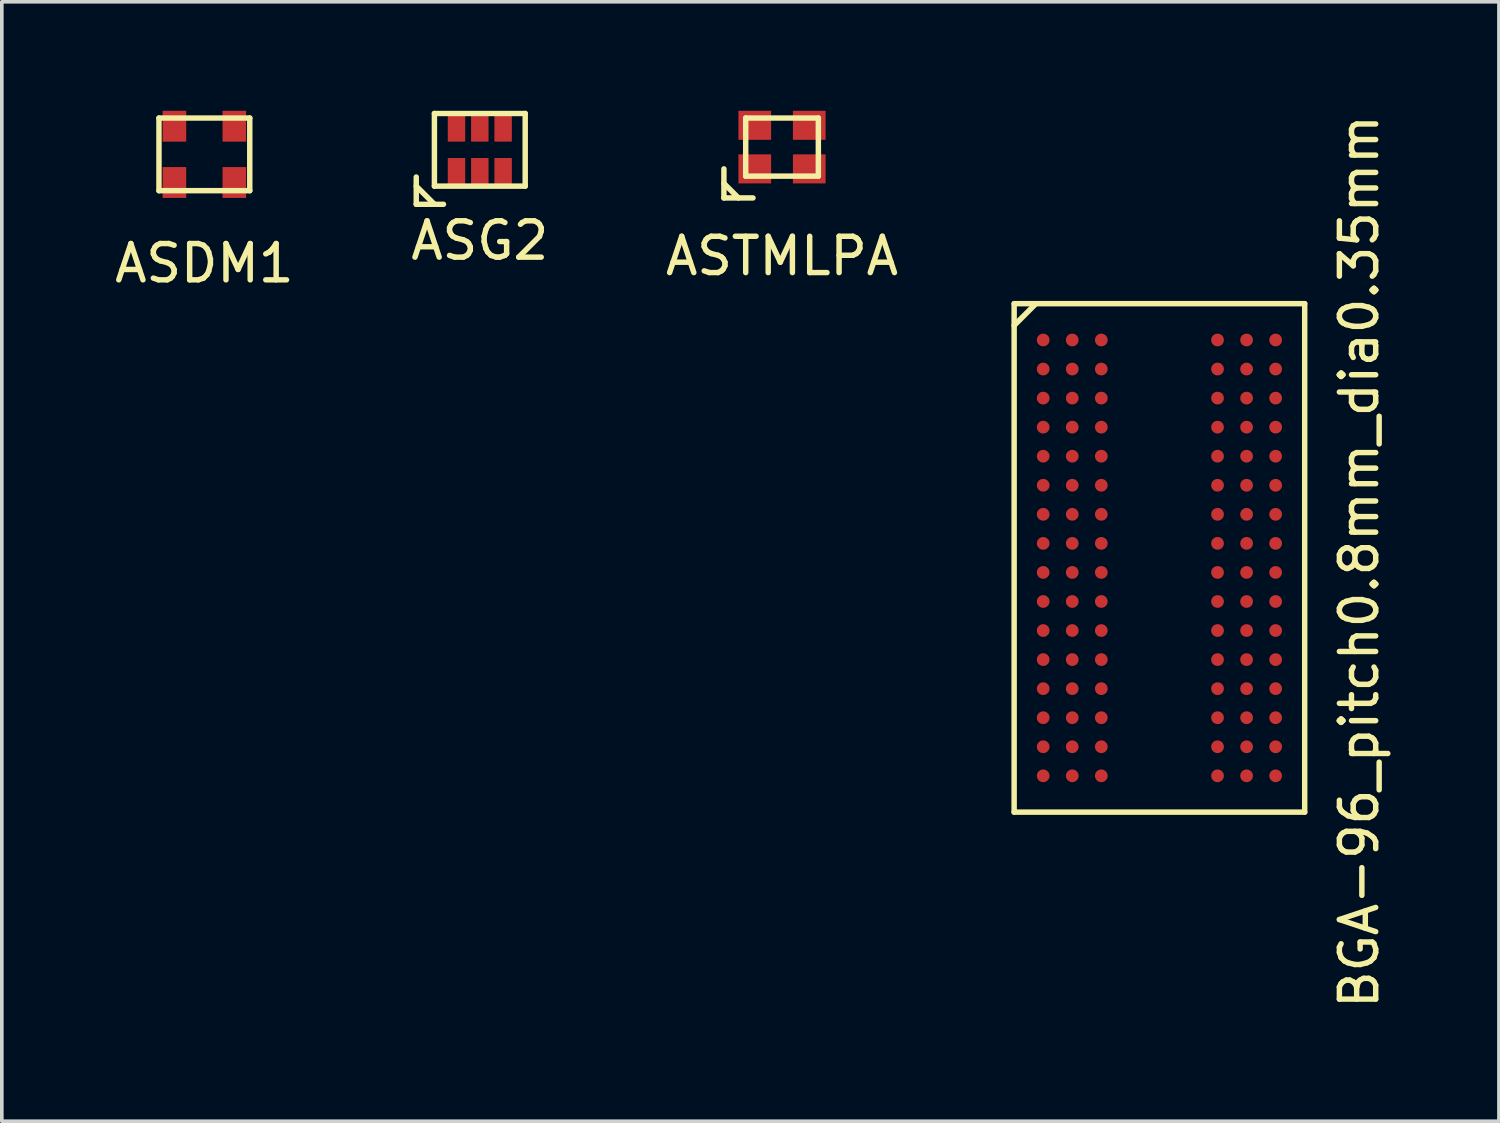
<source format=kicad_pcb>
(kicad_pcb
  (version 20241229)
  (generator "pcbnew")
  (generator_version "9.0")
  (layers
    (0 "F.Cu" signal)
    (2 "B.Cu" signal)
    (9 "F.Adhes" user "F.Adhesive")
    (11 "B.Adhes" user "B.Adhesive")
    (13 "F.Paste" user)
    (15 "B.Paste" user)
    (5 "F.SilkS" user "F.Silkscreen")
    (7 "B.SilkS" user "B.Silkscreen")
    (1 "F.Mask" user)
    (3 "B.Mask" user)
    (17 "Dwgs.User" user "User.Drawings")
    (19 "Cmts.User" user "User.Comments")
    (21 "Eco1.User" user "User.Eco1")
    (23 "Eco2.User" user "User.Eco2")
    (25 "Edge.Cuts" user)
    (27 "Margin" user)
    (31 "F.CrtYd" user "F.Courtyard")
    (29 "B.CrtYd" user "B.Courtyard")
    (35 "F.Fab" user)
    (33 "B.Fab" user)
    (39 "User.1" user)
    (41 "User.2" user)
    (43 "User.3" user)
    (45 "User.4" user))
  (footprint "ASDM1"
    (layer "F.Cu")
    (at 2.577 1.2)
    (property "Reference" "ASDM1" (at 0 3 0) (layer "F.SilkS") (effects (font (size 1 1) (thickness 0.15))))
    (attr through_hole)
    (fp_line (start -1.25 -1) (end -1.25 1) (stroke (width 0.15) (type solid)) (layer "F.SilkS"))
    (fp_line (start -1.25 1) (end 1.25 1) (stroke (width 0.15) (type solid)) (layer "F.SilkS"))
    (fp_line (start 1.25 -1) (end -1.25 -1) (stroke (width 0.15) (type solid)) (layer "F.SilkS"))
    (fp_line (start 1.25 1) (end 1.25 -1) (stroke (width 0.15) (type solid)) (layer "F.SilkS"))
    (pad "11" smd rect (at -0.825 -0.775) (size 0.65 0.85) (layers "F.Cu" "F.Mask" "F.Paste"))
    (pad "12" smd rect (at -0.825 0.775) (size 0.65 0.85) (layers "F.Cu" "F.Mask" "F.Paste"))
    (pad "21" smd rect (at 0.825 -0.775) (size 0.65 0.85) (layers "F.Cu" "F.Mask" "F.Paste"))
    (pad "22" smd rect (at 0.825 0.775) (size 0.65 0.85) (layers "F.Cu" "F.Mask" "F.Paste")))
  (footprint "ASG2"
    (layer "F.Cu")
    (at 10.161 1.075)
    (property "Reference" "ASG2" (at 0 2.5 0) (layer "F.SilkS") (effects (font (size 1 1) (thickness 0.15))))
    (attr through_hole)
    (fp_line (start -1.75 0.75) (end -1.75 1.5) (stroke (width 0.15) (type solid)) (layer "F.SilkS"))
    (fp_line (start -1.75 1) (end -1.25 1.5) (stroke (width 0.15) (type solid)) (layer "F.SilkS"))
    (fp_line (start -1.75 1.5) (end -1 1.5) (stroke (width 0.15) (type solid)) (layer "F.SilkS"))
    (fp_line (start -1.25 -1) (end 1.25 -1) (stroke (width 0.15) (type solid)) (layer "F.SilkS"))
    (fp_line (start -1.25 1) (end -1.25 -1) (stroke (width 0.15) (type solid)) (layer "F.SilkS"))
    (fp_line (start 1.25 -1) (end 1.25 1) (stroke (width 0.15) (type solid)) (layer "F.SilkS"))
    (fp_line (start 1.25 1) (end -1.25 1) (stroke (width 0.15) (type solid)) (layer "F.SilkS"))
    (pad "1" smd rect (at -0.642 0.613) (size 0.48 0.775) (layers "F.Cu" "F.Mask" "F.Paste"))
    (pad "2" smd rect (at 0 0.613) (size 0.48 0.775) (layers "F.Cu" "F.Mask" "F.Paste"))
    (pad "3" smd rect (at 0.642 0.613) (size 0.48 0.775) (layers "F.Cu" "F.Mask" "F.Paste"))
    (pad "4" smd rect (at 0.642 -0.613) (size 0.48 0.775) (layers "F.Cu" "F.Mask" "F.Paste"))
    (pad "5" smd rect (at 0 -0.613) (size 0.48 0.775) (layers "F.Cu" "F.Mask" "F.Paste"))
    (pad "6" smd rect (at -0.642 -0.613) (size 0.48 0.775) (layers "F.Cu" "F.Mask" "F.Paste")))
  (footprint "ASTMLPA"
    (layer "F.Cu")
    (at 18.482 1)
    (property "Reference" "ASTMLPA" (at 0 3 0) (layer "F.SilkS") (effects (font (size 1 1) (thickness 0.15))))
    (attr through_hole)
    (fp_line (start -1.6 0.6) (end -1.6 1.4) (stroke (width 0.15) (type solid)) (layer "F.SilkS"))
    (fp_line (start -1.6 1) (end -1.2 1.4) (stroke (width 0.15) (type solid)) (layer "F.SilkS"))
    (fp_line (start -1.6 1.4) (end -0.8 1.4) (stroke (width 0.15) (type solid)) (layer "F.SilkS"))
    (fp_line (start -1 -0.8) (end -1 0.8) (stroke (width 0.15) (type solid)) (layer "F.SilkS"))
    (fp_line (start -1 0.8) (end 1 0.8) (stroke (width 0.15) (type solid)) (layer "F.SilkS"))
    (fp_line (start 1 -0.8) (end -1 -0.8) (stroke (width 0.15) (type solid)) (layer "F.SilkS"))
    (fp_line (start 1 0.8) (end 1 -0.8) (stroke (width 0.15) (type solid)) (layer "F.SilkS"))
    (pad "1" smd rect (at -0.75 0.6) (size 0.9 0.8) (layers "F.Cu" "F.Mask" "F.Paste"))
    (pad "2" smd rect (at 0.75 0.6) (size 0.9 0.8) (layers "F.Cu" "F.Mask" "F.Paste"))
    (pad "3" smd rect (at 0.75 -0.6) (size 0.9 0.8) (layers "F.Cu" "F.Mask" "F.Paste"))
    (pad "4" smd rect (at -0.75 -0.6) (size 0.9 0.8) (layers "F.Cu" "F.Mask" "F.Paste")))
  (footprint "BGA-96_pitch0.8mm_dia0.35mm"
    (layer "F.Cu")
    (at 28.873 12.311)
    (property "Reference" "BGA-96_pitch0.8mm_dia0.35mm" (at 5.5 0.1 90) (layer "F.SilkS") (effects (font (size 1 1) (thickness 0.15))))
    (attr smd)
    (fp_line (start -4 -7) (end 4 -7) (stroke (width 0.15) (type solid)) (layer "F.SilkS"))
    (fp_line (start -4 -6.4) (end -3.4 -7) (stroke (width 0.15) (type solid)) (layer "F.SilkS"))
    (fp_line (start -4 7) (end -4 -7) (stroke (width 0.15) (type solid)) (layer "F.SilkS"))
    (fp_line (start 4 -7) (end 4 7) (stroke (width 0.15) (type solid)) (layer "F.SilkS"))
    (fp_line (start 4 7) (end -4 7) (stroke (width 0.15) (type solid)) (layer "F.SilkS"))
    (pad "A1" smd circle (at -3.2 -6) (size 0.35 0.35) (layers "F.Cu" "F.Mask" "F.Paste"))
    (pad "A2" smd circle (at -2.4 -6) (size 0.35 0.35) (layers "F.Cu" "F.Mask" "F.Paste"))
    (pad "A3" smd circle (at -1.6 -6) (size 0.35 0.35) (layers "F.Cu" "F.Mask" "F.Paste"))
    (pad "A7" smd circle (at 1.6 -6) (size 0.35 0.35) (layers "F.Cu" "F.Mask" "F.Paste"))
    (pad "A8" smd circle (at 2.4 -6) (size 0.35 0.35) (layers "F.Cu" "F.Mask" "F.Paste"))
    (pad "A9" smd circle (at 3.2 -6) (size 0.35 0.35) (layers "F.Cu" "F.Mask" "F.Paste"))
    (pad "B1" smd circle (at -3.2 -5.2) (size 0.35 0.35) (layers "F.Cu" "F.Mask" "F.Paste"))
    (pad "B2" smd circle (at -2.4 -5.2) (size 0.35 0.35) (layers "F.Cu" "F.Mask" "F.Paste"))
    (pad "B3" smd circle (at -1.6 -5.2) (size 0.35 0.35) (layers "F.Cu" "F.Mask" "F.Paste"))
    (pad "B7" smd circle (at 1.6 -5.2) (size 0.35 0.35) (layers "F.Cu" "F.Mask" "F.Paste"))
    (pad "B8" smd circle (at 2.4 -5.2) (size 0.35 0.35) (layers "F.Cu" "F.Mask" "F.Paste"))
    (pad "B9" smd circle (at 3.2 -5.2) (size 0.35 0.35) (layers "F.Cu" "F.Mask" "F.Paste"))
    (pad "C1" smd circle (at -3.2 -4.4) (size 0.35 0.35) (layers "F.Cu" "F.Mask" "F.Paste"))
    (pad "C2" smd circle (at -2.4 -4.4) (size 0.35 0.35) (layers "F.Cu" "F.Mask" "F.Paste"))
    (pad "C3" smd circle (at -1.6 -4.4) (size 0.35 0.35) (layers "F.Cu" "F.Mask" "F.Paste"))
    (pad "C7" smd circle (at 1.6 -4.4) (size 0.35 0.35) (layers "F.Cu" "F.Mask" "F.Paste"))
    (pad "C8" smd circle (at 2.4 -4.4) (size 0.35 0.35) (layers "F.Cu" "F.Mask" "F.Paste"))
    (pad "C9" smd circle (at 3.2 -4.4) (size 0.35 0.35) (layers "F.Cu" "F.Mask" "F.Paste"))
    (pad "D1" smd circle (at -3.2 -3.6) (size 0.35 0.35) (layers "F.Cu" "F.Mask" "F.Paste"))
    (pad "D2" smd circle (at -2.4 -3.6) (size 0.35 0.35) (layers "F.Cu" "F.Mask" "F.Paste"))
    (pad "D3" smd circle (at -1.6 -3.6) (size 0.35 0.35) (layers "F.Cu" "F.Mask" "F.Paste"))
    (pad "D7" smd circle (at 1.6 -3.6) (size 0.35 0.35) (layers "F.Cu" "F.Mask" "F.Paste"))
    (pad "D8" smd circle (at 2.4 -3.6) (size 0.35 0.35) (layers "F.Cu" "F.Mask" "F.Paste"))
    (pad "D9" smd circle (at 3.2 -3.6) (size 0.35 0.35) (layers "F.Cu" "F.Mask" "F.Paste"))
    (pad "E1" smd circle (at -3.2 -2.8) (size 0.35 0.35) (layers "F.Cu" "F.Mask" "F.Paste"))
    (pad "E2" smd circle (at -2.4 -2.8) (size 0.35 0.35) (layers "F.Cu" "F.Mask" "F.Paste"))
    (pad "E3" smd circle (at -1.6 -2.8) (size 0.35 0.35) (layers "F.Cu" "F.Mask" "F.Paste"))
    (pad "E7" smd circle (at 1.6 -2.8) (size 0.35 0.35) (layers "F.Cu" "F.Mask" "F.Paste"))
    (pad "E8" smd circle (at 2.4 -2.8) (size 0.35 0.35) (layers "F.Cu" "F.Mask" "F.Paste"))
    (pad "E9" smd circle (at 3.2 -2.8) (size 0.35 0.35) (layers "F.Cu" "F.Mask" "F.Paste"))
    (pad "F1" smd circle (at -3.2 -2) (size 0.35 0.35) (layers "F.Cu" "F.Mask" "F.Paste"))
    (pad "F2" smd circle (at -2.4 -2) (size 0.35 0.35) (layers "F.Cu" "F.Mask" "F.Paste"))
    (pad "F3" smd circle (at -1.6 -2) (size 0.35 0.35) (layers "F.Cu" "F.Mask" "F.Paste"))
    (pad "F7" smd circle (at 1.6 -2) (size 0.35 0.35) (layers "F.Cu" "F.Mask" "F.Paste"))
    (pad "F8" smd circle (at 2.4 -2) (size 0.35 0.35) (layers "F.Cu" "F.Mask" "F.Paste"))
    (pad "F9" smd circle (at 3.2 -2) (size 0.35 0.35) (layers "F.Cu" "F.Mask" "F.Paste"))
    (pad "G1" smd circle (at -3.2 -1.2) (size 0.35 0.35) (layers "F.Cu" "F.Mask" "F.Paste"))
    (pad "G2" smd circle (at -2.4 -1.2) (size 0.35 0.35) (layers "F.Cu" "F.Mask" "F.Paste"))
    (pad "G3" smd circle (at -1.6 -1.2) (size 0.35 0.35) (layers "F.Cu" "F.Mask" "F.Paste"))
    (pad "G7" smd circle (at 1.6 -1.2) (size 0.35 0.35) (layers "F.Cu" "F.Mask" "F.Paste"))
    (pad "G8" smd circle (at 2.4 -1.2) (size 0.35 0.35) (layers "F.Cu" "F.Mask" "F.Paste"))
    (pad "G9" smd circle (at 3.2 -1.2) (size 0.35 0.35) (layers "F.Cu" "F.Mask" "F.Paste"))
    (pad "H1" smd circle (at -3.2 -0.4) (size 0.35 0.35) (layers "F.Cu" "F.Mask" "F.Paste"))
    (pad "H2" smd circle (at -2.4 -0.4) (size 0.35 0.35) (layers "F.Cu" "F.Mask" "F.Paste"))
    (pad "H3" smd circle (at -1.6 -0.4) (size 0.35 0.35) (layers "F.Cu" "F.Mask" "F.Paste"))
    (pad "H7" smd circle (at 1.6 -0.4) (size 0.35 0.35) (layers "F.Cu" "F.Mask" "F.Paste"))
    (pad "H8" smd circle (at 2.4 -0.4) (size 0.35 0.35) (layers "F.Cu" "F.Mask" "F.Paste"))
    (pad "H9" smd circle (at 3.2 -0.4) (size 0.35 0.35) (layers "F.Cu" "F.Mask" "F.Paste"))
    (pad "J1" smd circle (at -3.2 0.4) (size 0.35 0.35) (layers "F.Cu" "F.Mask" "F.Paste"))
    (pad "J2" smd circle (at -2.4 0.4) (size 0.35 0.35) (layers "F.Cu" "F.Mask" "F.Paste"))
    (pad "J3" smd circle (at -1.6 0.4) (size 0.35 0.35) (layers "F.Cu" "F.Mask" "F.Paste"))
    (pad "J7" smd circle (at 1.6 0.4) (size 0.35 0.35) (layers "F.Cu" "F.Mask" "F.Paste"))
    (pad "J8" smd circle (at 2.4 0.4) (size 0.35 0.35) (layers "F.Cu" "F.Mask" "F.Paste"))
    (pad "J9" smd circle (at 3.2 0.4) (size 0.35 0.35) (layers "F.Cu" "F.Mask" "F.Paste"))
    (pad "K1" smd circle (at -3.2 1.2) (size 0.35 0.35) (layers "F.Cu" "F.Mask" "F.Paste"))
    (pad "K2" smd circle (at -2.4 1.2) (size 0.35 0.35) (layers "F.Cu" "F.Mask" "F.Paste"))
    (pad "K3" smd circle (at -1.6 1.2) (size 0.35 0.35) (layers "F.Cu" "F.Mask" "F.Paste"))
    (pad "K7" smd circle (at 1.6 1.2) (size 0.35 0.35) (layers "F.Cu" "F.Mask" "F.Paste"))
    (pad "K8" smd circle (at 2.4 1.2) (size 0.35 0.35) (layers "F.Cu" "F.Mask" "F.Paste"))
    (pad "K9" smd circle (at 3.2 1.2) (size 0.35 0.35) (layers "F.Cu" "F.Mask" "F.Paste"))
    (pad "L1" smd circle (at -3.2 2) (size 0.35 0.35) (layers "F.Cu" "F.Mask" "F.Paste"))
    (pad "L2" smd circle (at -2.4 2) (size 0.35 0.35) (layers "F.Cu" "F.Mask" "F.Paste"))
    (pad "L3" smd circle (at -1.6 2) (size 0.35 0.35) (layers "F.Cu" "F.Mask" "F.Paste"))
    (pad "L7" smd circle (at 1.6 2) (size 0.35 0.35) (layers "F.Cu" "F.Mask" "F.Paste"))
    (pad "L8" smd circle (at 2.4 2) (size 0.35 0.35) (layers "F.Cu" "F.Mask" "F.Paste"))
    (pad "L9" smd circle (at 3.2 2) (size 0.35 0.35) (layers "F.Cu" "F.Mask" "F.Paste"))
    (pad "M1" smd circle (at -3.2 2.8) (size 0.35 0.35) (layers "F.Cu" "F.Mask" "F.Paste"))
    (pad "M2" smd circle (at -2.4 2.8) (size 0.35 0.35) (layers "F.Cu" "F.Mask" "F.Paste"))
    (pad "M3" smd circle (at -1.6 2.8) (size 0.35 0.35) (layers "F.Cu" "F.Mask" "F.Paste"))
    (pad "M7" smd circle (at 1.6 2.8) (size 0.35 0.35) (layers "F.Cu" "F.Mask" "F.Paste"))
    (pad "M8" smd circle (at 2.4 2.8) (size 0.35 0.35) (layers "F.Cu" "F.Mask" "F.Paste"))
    (pad "M9" smd circle (at 3.2 2.8) (size 0.35 0.35) (layers "F.Cu" "F.Mask" "F.Paste"))
    (pad "N1" smd circle (at -3.2 3.6) (size 0.35 0.35) (layers "F.Cu" "F.Mask" "F.Paste"))
    (pad "N2" smd circle (at -2.4 3.6) (size 0.35 0.35) (layers "F.Cu" "F.Mask" "F.Paste"))
    (pad "N3" smd circle (at -1.6 3.6) (size 0.35 0.35) (layers "F.Cu" "F.Mask" "F.Paste"))
    (pad "N7" smd circle (at 1.6 3.6) (size 0.35 0.35) (layers "F.Cu" "F.Mask" "F.Paste"))
    (pad "N8" smd circle (at 2.4 3.6) (size 0.35 0.35) (layers "F.Cu" "F.Mask" "F.Paste"))
    (pad "N9" smd circle (at 3.2 3.6) (size 0.35 0.35) (layers "F.Cu" "F.Mask" "F.Paste"))
    (pad "P1" smd circle (at -3.2 4.4) (size 0.35 0.35) (layers "F.Cu" "F.Mask" "F.Paste"))
    (pad "P2" smd circle (at -2.4 4.4) (size 0.35 0.35) (layers "F.Cu" "F.Mask" "F.Paste"))
    (pad "P3" smd circle (at -1.6 4.4) (size 0.35 0.35) (layers "F.Cu" "F.Mask" "F.Paste"))
    (pad "P7" smd circle (at 1.6 4.4) (size 0.35 0.35) (layers "F.Cu" "F.Mask" "F.Paste"))
    (pad "P8" smd circle (at 2.4 4.4) (size 0.35 0.35) (layers "F.Cu" "F.Mask" "F.Paste"))
    (pad "P9" smd circle (at 3.2 4.4) (size 0.35 0.35) (layers "F.Cu" "F.Mask" "F.Paste"))
    (pad "R1" smd circle (at -3.2 5.2) (size 0.35 0.35) (layers "F.Cu" "F.Mask" "F.Paste"))
    (pad "R2" smd circle (at -2.4 5.2) (size 0.35 0.35) (layers "F.Cu" "F.Mask" "F.Paste"))
    (pad "R3" smd circle (at -1.6 5.2) (size 0.35 0.35) (layers "F.Cu" "F.Mask" "F.Paste"))
    (pad "R7" smd circle (at 1.6 5.2) (size 0.35 0.35) (layers "F.Cu" "F.Mask" "F.Paste"))
    (pad "R8" smd circle (at 2.4 5.2) (size 0.35 0.35) (layers "F.Cu" "F.Mask" "F.Paste"))
    (pad "R9" smd circle (at 3.2 5.2) (size 0.35 0.35) (layers "F.Cu" "F.Mask" "F.Paste"))
    (pad "T1" smd circle (at -3.2 6) (size 0.35 0.35) (layers "F.Cu" "F.Mask" "F.Paste"))
    (pad "T2" smd circle (at -2.4 6) (size 0.35 0.35) (layers "F.Cu" "F.Mask" "F.Paste"))
    (pad "T3" smd circle (at -1.6 6) (size 0.35 0.35) (layers "F.Cu" "F.Mask" "F.Paste"))
    (pad "T7" smd circle (at 1.6 6) (size 0.35 0.35) (layers "F.Cu" "F.Mask" "F.Paste"))
    (pad "T8" smd circle (at 2.4 6) (size 0.35 0.35) (layers "F.Cu" "F.Mask" "F.Paste"))
    (pad "T9" smd circle (at 3.2 6) (size 0.35 0.35) (layers "F.Cu" "F.Mask" "F.Paste")))
  (gr_rect
    (start -3 -3)
    (end 38.221 27.821)
    (stroke (width 0.1) (type default))
    (fill no)
    (layer "Edge.Cuts")))
</source>
